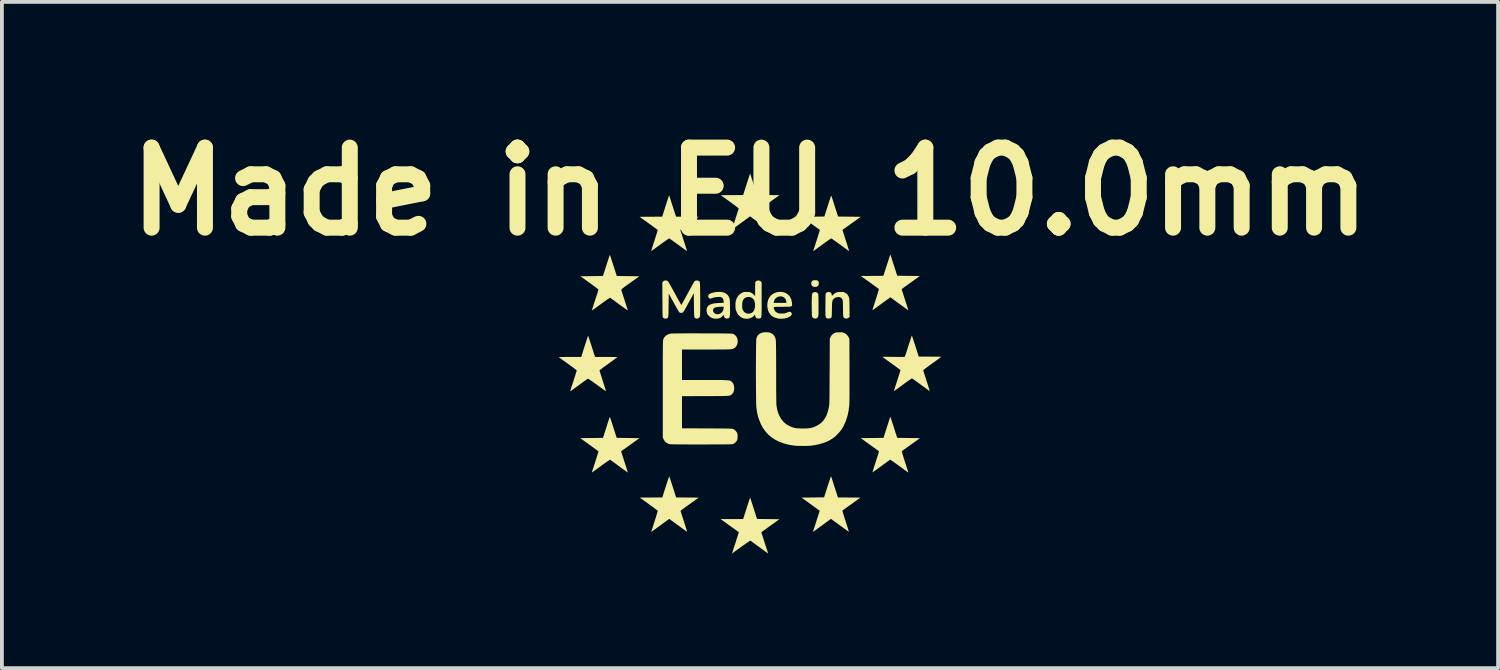
<source format=kicad_pcb>
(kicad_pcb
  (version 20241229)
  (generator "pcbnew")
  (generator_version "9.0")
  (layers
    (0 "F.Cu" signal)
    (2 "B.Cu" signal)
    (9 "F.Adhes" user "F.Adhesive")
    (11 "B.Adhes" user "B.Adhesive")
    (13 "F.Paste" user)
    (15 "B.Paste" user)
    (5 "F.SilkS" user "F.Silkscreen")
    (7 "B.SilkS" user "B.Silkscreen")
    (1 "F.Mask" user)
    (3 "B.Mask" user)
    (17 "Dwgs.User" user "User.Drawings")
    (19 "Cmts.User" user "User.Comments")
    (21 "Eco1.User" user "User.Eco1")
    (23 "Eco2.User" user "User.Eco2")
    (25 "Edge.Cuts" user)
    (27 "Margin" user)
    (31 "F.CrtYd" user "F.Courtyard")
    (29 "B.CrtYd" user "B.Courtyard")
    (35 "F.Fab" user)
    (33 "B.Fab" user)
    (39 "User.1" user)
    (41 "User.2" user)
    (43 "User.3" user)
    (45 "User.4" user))
  (footprint "Made in EU 10.0mm"
    (layer "F.Cu")
    (at 16.571 6.459)
    (property "Reference" "Made in EU 10.0mm" (at 0 -4.5 180) (layer "F.SilkS") (effects (font (size 2.094 2.094) (thickness 0.418))))
    (attr board_only exclude_from_pos_files exclude_from_bom)
    (fp_poly (pts (xy 1.736 -2.178) (xy 1.768 -2.168) (xy 1.789 -2.149) (xy 1.8 -2.119) (xy 1.802 -2.093) (xy 1.796 -2.057) (xy 1.778 -2.028) (xy 1.756 -2.012) (xy 1.731 -2.005) (xy 1.699 -2.003) (xy 1.666 -2.007) (xy 1.646 -2.013) (xy 1.624 -2.031) (xy 1.609 -2.057) (xy 1.602 -2.088) (xy 1.605 -2.119) (xy 1.617 -2.148) (xy 1.627 -2.159) (xy 1.642 -2.17) (xy 1.663 -2.176) (xy 1.692 -2.179)) (stroke (width 0) (type solid)) (fill yes) (layer "F.SilkS"))
    (fp_poly (pts (xy 1.74 -1.863) (xy 1.766 -1.846) (xy 1.782 -1.818) (xy 1.787 -1.801) (xy 1.788 -1.785) (xy 1.79 -1.756) (xy 1.791 -1.717) (xy 1.792 -1.67) (xy 1.793 -1.617) (xy 1.793 -1.561) (xy 1.793 -1.503) (xy 1.793 -1.446) (xy 1.793 -1.392) (xy 1.792 -1.344) (xy 1.792 -1.303) (xy 1.79 -1.273) (xy 1.789 -1.255) (xy 1.777 -1.217) (xy 1.764 -1.198) (xy 1.748 -1.184) (xy 1.732 -1.178) (xy 1.707 -1.176) (xy 1.706 -1.176) (xy 1.674 -1.179) (xy 1.651 -1.191) (xy 1.65 -1.191) (xy 1.635 -1.209) (xy 1.624 -1.232) (xy 1.623 -1.234) (xy 1.621 -1.249) (xy 1.619 -1.277) (xy 1.618 -1.315) (xy 1.617 -1.362) (xy 1.616 -1.415) (xy 1.615 -1.472) (xy 1.615 -1.531) (xy 1.615 -1.589) (xy 1.616 -1.645) (xy 1.617 -1.697) (xy 1.618 -1.741) (xy 1.62 -1.777) (xy 1.621 -1.801) (xy 1.623 -1.81) (xy 1.638 -1.841) (xy 1.662 -1.86) (xy 1.696 -1.868) (xy 1.705 -1.868)) (stroke (width 0) (type solid)) (fill yes) (layer "F.SilkS"))
    (fp_poly (pts (xy 3.675 -2.844) (xy 3.676 -2.843) (xy 3.679 -2.834) (xy 3.686 -2.812) (xy 3.697 -2.779) (xy 3.71 -2.737) (xy 3.726 -2.687) (xy 3.744 -2.631) (xy 3.764 -2.571) (xy 3.766 -2.564) (xy 3.852 -2.296) (xy 4.148 -2.292) (xy 4.444 -2.289) (xy 4.206 -2.118) (xy 4.153 -2.08) (xy 4.105 -2.045) (xy 4.062 -2.014) (xy 4.025 -1.987) (xy 3.996 -1.966) (xy 3.977 -1.951) (xy 3.968 -1.944) (xy 3.967 -1.943) (xy 3.97 -1.935) (xy 3.976 -1.915) (xy 3.986 -1.883) (xy 3.999 -1.843) (xy 4.015 -1.794) (xy 4.032 -1.739) (xy 4.052 -1.679) (xy 4.056 -1.667) (xy 4.075 -1.607) (xy 4.093 -1.551) (xy 4.109 -1.501) (xy 4.122 -1.459) (xy 4.132 -1.426) (xy 4.139 -1.403) (xy 4.142 -1.393) (xy 4.142 -1.393) (xy 4.135 -1.397) (xy 4.118 -1.408) (xy 4.092 -1.427) (xy 4.058 -1.451) (xy 4.016 -1.481) (xy 3.97 -1.515) (xy 3.919 -1.552) (xy 3.906 -1.561) (xy 3.672 -1.732) (xy 3.449 -1.569) (xy 3.388 -1.524) (xy 3.337 -1.487) (xy 3.296 -1.457) (xy 3.265 -1.435) (xy 3.241 -1.418) (xy 3.224 -1.406) (xy 3.212 -1.399) (xy 3.205 -1.396) (xy 3.202 -1.396) (xy 3.202 -1.399) (xy 3.203 -1.403) (xy 3.204 -1.404) (xy 3.228 -1.477) (xy 3.251 -1.55) (xy 3.274 -1.62) (xy 3.295 -1.687) (xy 3.315 -1.75) (xy 3.332 -1.806) (xy 3.347 -1.855) (xy 3.359 -1.896) (xy 3.367 -1.926) (xy 3.372 -1.944) (xy 3.373 -1.95) (xy 3.365 -1.955) (xy 3.347 -1.968) (xy 3.32 -1.987) (xy 3.285 -2.013) (xy 3.243 -2.043) (xy 3.195 -2.077) (xy 3.144 -2.114) (xy 3.133 -2.121) (xy 2.9 -2.289) (xy 3.195 -2.291) (xy 3.49 -2.293) (xy 3.554 -2.492) (xy 3.58 -2.573) (xy 3.602 -2.641) (xy 3.621 -2.697) (xy 3.635 -2.743) (xy 3.647 -2.778) (xy 3.656 -2.805) (xy 3.663 -2.824) (xy 3.668 -2.836) (xy 3.672 -2.843) (xy 3.674 -2.845)) (stroke (width 0) (type solid)) (fill yes) (layer "F.SilkS"))
    (fp_poly (pts (xy 0.009 3.523) (xy 0.016 3.545) (xy 0.027 3.578) (xy 0.041 3.62) (xy 0.057 3.669) (xy 0.074 3.725) (xy 0.094 3.786) (xy 0.097 3.796) (xy 0.184 4.068) (xy 0.477 4.071) (xy 0.77 4.075) (xy 0.55 4.232) (xy 0.499 4.269) (xy 0.452 4.303) (xy 0.409 4.335) (xy 0.372 4.361) (xy 0.343 4.382) (xy 0.323 4.397) (xy 0.314 4.404) (xy 0.297 4.417) (xy 0.383 4.685) (xy 0.403 4.746) (xy 0.421 4.802) (xy 0.437 4.853) (xy 0.451 4.896) (xy 0.462 4.929) (xy 0.469 4.953) (xy 0.473 4.963) (xy 0.473 4.964) (xy 0.473 4.97) (xy 0.467 4.967) (xy 0.457 4.959) (xy 0.436 4.944) (xy 0.408 4.923) (xy 0.372 4.897) (xy 0.332 4.868) (xy 0.288 4.836) (xy 0.243 4.803) (xy 0.197 4.77) (xy 0.153 4.738) (xy 0.112 4.708) (xy 0.076 4.682) (xy 0.046 4.66) (xy 0.024 4.645) (xy 0.012 4.636) (xy 0.01 4.635) (xy 0.003 4.638) (xy -0.015 4.649) (xy -0.041 4.667) (xy -0.075 4.69) (xy -0.115 4.717) (xy -0.159 4.748) (xy -0.206 4.781) (xy -0.253 4.815) (xy -0.301 4.849) (xy -0.346 4.881) (xy -0.388 4.912) (xy -0.424 4.939) (xy -0.454 4.962) (xy -0.461 4.967) (xy -0.469 4.972) (xy -0.468 4.965) (xy -0.468 4.964) (xy -0.464 4.955) (xy -0.457 4.933) (xy -0.447 4.901) (xy -0.434 4.86) (xy -0.419 4.814) (xy -0.402 4.763) (xy -0.385 4.71) (xy -0.368 4.657) (xy -0.352 4.605) (xy -0.336 4.557) (xy -0.323 4.515) (xy -0.312 4.481) (xy -0.304 4.457) (xy -0.301 4.446) (xy -0.291 4.414) (xy -0.53 4.243) (xy -0.769 4.071) (xy -0.474 4.071) (xy -0.179 4.071) (xy -0.126 3.906) (xy -0.108 3.849) (xy -0.089 3.789) (xy -0.07 3.729) (xy -0.052 3.673) (xy -0.037 3.627) (xy -0.035 3.621) (xy -0.023 3.583) (xy -0.011 3.551) (xy -0.002 3.528) (xy 0.004 3.515) (xy 0.006 3.514)) (stroke (width 0) (type solid)) (fill yes) (layer "F.SilkS"))
    (fp_poly (pts (xy -2.055 -4.213) (xy -2.037 -4.156) (xy -2.018 -4.099) (xy -2 -4.043) (xy -1.984 -3.994) (xy -1.971 -3.953) (xy -1.964 -3.932) (xy -1.934 -3.841) (xy -1.639 -3.839) (xy -1.343 -3.837) (xy -1.556 -3.685) (xy -1.606 -3.648) (xy -1.654 -3.614) (xy -1.698 -3.582) (xy -1.735 -3.555) (xy -1.765 -3.534) (xy -1.786 -3.518) (xy -1.795 -3.512) (xy -1.822 -3.491) (xy -1.734 -3.218) (xy -1.714 -3.157) (xy -1.696 -3.101) (xy -1.681 -3.051) (xy -1.667 -3.008) (xy -1.657 -2.975) (xy -1.651 -2.952) (xy -1.648 -2.942) (xy -1.648 -2.942) (xy -1.654 -2.945) (xy -1.671 -2.957) (xy -1.698 -2.975) (xy -1.732 -3) (xy -1.773 -3.029) (xy -1.82 -3.063) (xy -1.87 -3.1) (xy -1.876 -3.104) (xy -1.927 -3.141) (xy -1.975 -3.176) (xy -2.017 -3.207) (xy -2.054 -3.233) (xy -2.082 -3.253) (xy -2.102 -3.267) (xy -2.11 -3.272) (xy -2.111 -3.272) (xy -2.119 -3.269) (xy -2.137 -3.258) (xy -2.165 -3.239) (xy -2.201 -3.215) (xy -2.243 -3.185) (xy -2.29 -3.152) (xy -2.341 -3.115) (xy -2.35 -3.108) (xy -2.402 -3.071) (xy -2.449 -3.036) (xy -2.492 -3.005) (xy -2.528 -2.979) (xy -2.556 -2.959) (xy -2.575 -2.946) (xy -2.584 -2.94) (xy -2.584 -2.94) (xy -2.583 -2.947) (xy -2.577 -2.966) (xy -2.568 -2.997) (xy -2.556 -3.037) (xy -2.541 -3.085) (xy -2.523 -3.14) (xy -2.504 -3.2) (xy -2.5 -3.213) (xy -2.48 -3.274) (xy -2.462 -3.331) (xy -2.446 -3.381) (xy -2.432 -3.424) (xy -2.422 -3.457) (xy -2.415 -3.48) (xy -2.412 -3.49) (xy -2.412 -3.491) (xy -2.417 -3.496) (xy -2.434 -3.508) (xy -2.46 -3.528) (xy -2.495 -3.553) (xy -2.536 -3.583) (xy -2.583 -3.617) (xy -2.635 -3.654) (xy -2.65 -3.666) (xy -2.889 -3.837) (xy -2.593 -3.839) (xy -2.296 -3.841) (xy -2.226 -4.062) (xy -2.208 -4.12) (xy -2.19 -4.177) (xy -2.173 -4.229) (xy -2.158 -4.275) (xy -2.146 -4.312) (xy -2.138 -4.338) (xy -2.136 -4.343) (xy -2.116 -4.403)) (stroke (width 0) (type solid)) (fill yes) (layer "F.SilkS"))
    (fp_poly (pts (xy -2.112 2.959) (xy -2.104 2.977) (xy -2.094 3.007) (xy -2.08 3.046) (xy -2.064 3.094) (xy -2.046 3.149) (xy -2.027 3.208) (xy -2.021 3.227) (xy -1.932 3.505) (xy -1.637 3.507) (xy -1.342 3.509) (xy -1.579 3.68) (xy -1.631 3.717) (xy -1.68 3.752) (xy -1.723 3.784) (xy -1.759 3.811) (xy -1.787 3.832) (xy -1.807 3.847) (xy -1.816 3.854) (xy -1.816 3.855) (xy -1.814 3.863) (xy -1.808 3.884) (xy -1.798 3.915) (xy -1.785 3.956) (xy -1.769 4.005) (xy -1.752 4.06) (xy -1.733 4.12) (xy -1.73 4.127) (xy -1.711 4.187) (xy -1.693 4.243) (xy -1.678 4.293) (xy -1.665 4.335) (xy -1.655 4.368) (xy -1.649 4.39) (xy -1.647 4.399) (xy -1.647 4.4) (xy -1.653 4.398) (xy -1.669 4.388) (xy -1.691 4.373) (xy -1.712 4.359) (xy -1.735 4.341) (xy -1.768 4.317) (xy -1.808 4.288) (xy -1.853 4.255) (xy -1.901 4.22) (xy -1.944 4.189) (xy -2.112 4.065) (xy -2.316 4.214) (xy -2.366 4.251) (xy -2.413 4.285) (xy -2.456 4.317) (xy -2.494 4.344) (xy -2.524 4.365) (xy -2.544 4.38) (xy -2.552 4.386) (xy -2.571 4.398) (xy -2.58 4.403) (xy -2.581 4.4) (xy -2.579 4.39) (xy -2.576 4.379) (xy -2.568 4.356) (xy -2.557 4.322) (xy -2.543 4.279) (xy -2.527 4.228) (xy -2.509 4.172) (xy -2.492 4.118) (xy -2.473 4.059) (xy -2.456 4.004) (xy -2.441 3.955) (xy -2.429 3.914) (xy -2.42 3.882) (xy -2.415 3.862) (xy -2.414 3.853) (xy -2.42 3.847) (xy -2.438 3.833) (xy -2.465 3.813) (xy -2.5 3.787) (xy -2.541 3.756) (xy -2.589 3.721) (xy -2.64 3.684) (xy -2.65 3.677) (xy -2.883 3.509) (xy -2.588 3.507) (xy -2.293 3.505) (xy -2.279 3.459) (xy -2.264 3.412) (xy -2.248 3.36) (xy -2.23 3.305) (xy -2.212 3.248) (xy -2.194 3.191) (xy -2.176 3.136) (xy -2.159 3.086) (xy -2.145 3.041) (xy -2.132 3.003) (xy -2.123 2.975) (xy -2.117 2.958) (xy -2.115 2.953)) (stroke (width 0) (type solid)) (fill yes) (layer "F.SilkS"))
    (fp_poly (pts (xy 0.831 -1.872) (xy 0.892 -1.859) (xy 0.948 -1.835) (xy 0.997 -1.801) (xy 1.038 -1.756) (xy 1.06 -1.72) (xy 1.079 -1.673) (xy 1.094 -1.619) (xy 1.101 -1.567) (xy 1.101 -1.551) (xy 1.101 -1.534) (xy 1.1 -1.519) (xy 1.096 -1.508) (xy 1.088 -1.5) (xy 1.075 -1.494) (xy 1.054 -1.489) (xy 1.026 -1.486) (xy 0.987 -1.485) (xy 0.936 -1.484) (xy 0.873 -1.483) (xy 0.844 -1.483) (xy 0.779 -1.482) (xy 0.727 -1.482) (xy 0.687 -1.481) (xy 0.658 -1.479) (xy 0.638 -1.476) (xy 0.626 -1.472) (xy 0.62 -1.466) (xy 0.619 -1.457) (xy 0.622 -1.446) (xy 0.627 -1.432) (xy 0.63 -1.424) (xy 0.647 -1.385) (xy 0.669 -1.356) (xy 0.701 -1.333) (xy 0.71 -1.327) (xy 0.728 -1.318) (xy 0.744 -1.312) (xy 0.762 -1.308) (xy 0.786 -1.307) (xy 0.819 -1.307) (xy 0.83 -1.307) (xy 0.868 -1.307) (xy 0.896 -1.309) (xy 0.919 -1.313) (xy 0.94 -1.32) (xy 0.96 -1.328) (xy 0.998 -1.343) (xy 1.026 -1.351) (xy 1.047 -1.352) (xy 1.063 -1.347) (xy 1.075 -1.337) (xy 1.091 -1.313) (xy 1.094 -1.289) (xy 1.085 -1.266) (xy 1.066 -1.244) (xy 1.037 -1.223) (xy 1.001 -1.205) (xy 0.958 -1.19) (xy 0.911 -1.179) (xy 0.86 -1.172) (xy 0.808 -1.17) (xy 0.755 -1.173) (xy 0.718 -1.18) (xy 0.647 -1.201) (xy 0.587 -1.234) (xy 0.538 -1.277) (xy 0.499 -1.329) (xy 0.472 -1.391) (xy 0.457 -1.462) (xy 0.453 -1.522) (xy 0.458 -1.585) (xy 0.617 -1.585) (xy 0.785 -1.585) (xy 0.953 -1.585) (xy 0.953 -1.61) (xy 0.949 -1.63) (xy 0.941 -1.656) (xy 0.935 -1.672) (xy 0.909 -1.711) (xy 0.875 -1.738) (xy 0.832 -1.753) (xy 0.816 -1.755) (xy 0.763 -1.753) (xy 0.716 -1.737) (xy 0.676 -1.71) (xy 0.645 -1.672) (xy 0.625 -1.624) (xy 0.622 -1.61) (xy 0.617 -1.585) (xy 0.458 -1.585) (xy 0.459 -1.6) (xy 0.477 -1.668) (xy 0.506 -1.728) (xy 0.547 -1.778) (xy 0.6 -1.82) (xy 0.637 -1.84) (xy 0.701 -1.863) (xy 0.767 -1.874)) (stroke (width 0) (type solid)) (fill yes) (layer "F.SilkS"))
    (fp_poly (pts (xy 2.121 2.954) (xy 2.124 2.961) (xy 2.129 2.975) (xy 2.136 2.994) (xy 2.145 3.022) (xy 2.157 3.058) (xy 2.172 3.104) (xy 2.19 3.161) (xy 2.212 3.23) (xy 2.238 3.311) (xy 2.244 3.329) (xy 2.301 3.505) (xy 2.595 3.507) (xy 2.889 3.509) (xy 2.657 3.677) (xy 2.605 3.714) (xy 2.556 3.749) (xy 2.513 3.78) (xy 2.477 3.806) (xy 2.448 3.827) (xy 2.428 3.841) (xy 2.419 3.848) (xy 2.418 3.848) (xy 2.419 3.856) (xy 2.424 3.876) (xy 2.433 3.908) (xy 2.445 3.948) (xy 2.46 3.997) (xy 2.477 4.052) (xy 2.497 4.112) (xy 2.501 4.127) (xy 2.521 4.188) (xy 2.539 4.244) (xy 2.555 4.294) (xy 2.568 4.337) (xy 2.578 4.37) (xy 2.585 4.393) (xy 2.588 4.403) (xy 2.588 4.404) (xy 2.581 4.4) (xy 2.564 4.388) (xy 2.538 4.37) (xy 2.504 4.345) (xy 2.462 4.316) (xy 2.416 4.282) (xy 2.365 4.245) (xy 2.352 4.236) (xy 2.119 4.065) (xy 2.081 4.093) (xy 2.031 4.13) (xy 1.979 4.168) (xy 1.927 4.206) (xy 1.875 4.244) (xy 1.825 4.28) (xy 1.779 4.313) (xy 1.738 4.343) (xy 1.702 4.369) (xy 1.675 4.388) (xy 1.656 4.401) (xy 1.648 4.406) (xy 1.648 4.406) (xy 1.647 4.402) (xy 1.647 4.401) (xy 1.65 4.393) (xy 1.657 4.373) (xy 1.667 4.342) (xy 1.68 4.303) (xy 1.695 4.257) (xy 1.711 4.207) (xy 1.728 4.154) (xy 1.745 4.1) (xy 1.762 4.047) (xy 1.779 3.997) (xy 1.793 3.951) (xy 1.806 3.912) (xy 1.815 3.882) (xy 1.821 3.862) (xy 1.824 3.854) (xy 1.824 3.854) (xy 1.818 3.849) (xy 1.801 3.836) (xy 1.775 3.817) (xy 1.741 3.792) (xy 1.699 3.762) (xy 1.652 3.728) (xy 1.601 3.691) (xy 1.586 3.68) (xy 1.349 3.509) (xy 1.643 3.506) (xy 1.938 3.502) (xy 2.027 3.225) (xy 2.047 3.164) (xy 2.065 3.108) (xy 2.082 3.058) (xy 2.096 3.016) (xy 2.107 2.983) (xy 2.115 2.961) (xy 2.119 2.951) (xy 2.12 2.951)) (stroke (width 0) (type solid)) (fill yes) (layer "F.SilkS"))
    (fp_poly (pts (xy 0.008 -4.959) (xy 0.014 -4.938) (xy 0.025 -4.906) (xy 0.038 -4.865) (xy 0.054 -4.815) (xy 0.072 -4.76) (xy 0.091 -4.699) (xy 0.095 -4.685) (xy 0.183 -4.41) (xy 0.477 -4.406) (xy 0.77 -4.403) (xy 0.534 -4.233) (xy 0.482 -4.195) (xy 0.434 -4.16) (xy 0.391 -4.129) (xy 0.355 -4.103) (xy 0.326 -4.082) (xy 0.307 -4.067) (xy 0.298 -4.06) (xy 0.298 -4.06) (xy 0.3 -4.052) (xy 0.306 -4.033) (xy 0.316 -4.003) (xy 0.328 -3.964) (xy 0.342 -3.919) (xy 0.358 -3.869) (xy 0.375 -3.816) (xy 0.392 -3.762) (xy 0.41 -3.709) (xy 0.426 -3.659) (xy 0.44 -3.613) (xy 0.453 -3.574) (xy 0.463 -3.544) (xy 0.469 -3.526) (xy 0.471 -3.52) (xy 0.473 -3.514) (xy 0.473 -3.511) (xy 0.471 -3.511) (xy 0.464 -3.514) (xy 0.453 -3.521) (xy 0.436 -3.533) (xy 0.412 -3.55) (xy 0.379 -3.573) (xy 0.337 -3.604) (xy 0.285 -3.642) (xy 0.253 -3.666) (xy 0.204 -3.702) (xy 0.157 -3.736) (xy 0.115 -3.766) (xy 0.079 -3.792) (xy 0.051 -3.813) (xy 0.032 -3.827) (xy 0.025 -3.831) (xy 0.002 -3.848) (xy -0.198 -3.702) (xy -0.248 -3.666) (xy -0.295 -3.631) (xy -0.339 -3.599) (xy -0.377 -3.572) (xy -0.407 -3.55) (xy -0.427 -3.535) (xy -0.434 -3.53) (xy -0.454 -3.515) (xy -0.464 -3.51) (xy -0.467 -3.511) (xy -0.465 -3.52) (xy -0.465 -3.521) (xy -0.462 -3.532) (xy -0.454 -3.554) (xy -0.444 -3.587) (xy -0.431 -3.628) (xy -0.416 -3.675) (xy -0.399 -3.727) (xy -0.382 -3.78) (xy -0.365 -3.834) (xy -0.348 -3.886) (xy -0.332 -3.935) (xy -0.319 -3.977) (xy -0.307 -4.013) (xy -0.299 -4.038) (xy -0.295 -4.052) (xy -0.294 -4.054) (xy -0.299 -4.06) (xy -0.316 -4.073) (xy -0.341 -4.094) (xy -0.375 -4.12) (xy -0.416 -4.151) (xy -0.463 -4.185) (xy -0.514 -4.222) (xy -0.528 -4.232) (xy -0.765 -4.403) (xy -0.472 -4.404) (xy -0.179 -4.406) (xy -0.126 -4.572) (xy -0.108 -4.628) (xy -0.089 -4.689) (xy -0.07 -4.749) (xy -0.052 -4.804) (xy -0.037 -4.85) (xy -0.035 -4.856) (xy -0.023 -4.895) (xy -0.011 -4.927) (xy -0.003 -4.952) (xy 0.003 -4.965) (xy 0.005 -4.968)) (stroke (width 0) (type solid)) (fill yes) (layer "F.SilkS"))
    (fp_poly (pts (xy 3.674 1.401) (xy 3.681 1.42) (xy 3.691 1.45) (xy 3.705 1.49) (xy 3.72 1.538) (xy 3.738 1.592) (xy 3.758 1.652) (xy 3.763 1.669) (xy 3.852 1.946) (xy 4.149 1.95) (xy 4.446 1.954) (xy 4.213 2.121) (xy 4.161 2.159) (xy 4.113 2.193) (xy 4.069 2.225) (xy 4.032 2.251) (xy 4.003 2.272) (xy 3.983 2.286) (xy 3.973 2.293) (xy 3.973 2.293) (xy 3.973 2.301) (xy 3.978 2.322) (xy 3.987 2.355) (xy 3.999 2.398) (xy 4.015 2.45) (xy 4.034 2.511) (xy 4.055 2.576) (xy 4.075 2.637) (xy 4.093 2.694) (xy 4.109 2.744) (xy 4.123 2.787) (xy 4.133 2.821) (xy 4.14 2.844) (xy 4.143 2.855) (xy 4.143 2.855) (xy 4.137 2.851) (xy 4.121 2.839) (xy 4.094 2.82) (xy 4.06 2.796) (xy 4.019 2.766) (xy 3.972 2.732) (xy 3.921 2.694) (xy 3.908 2.685) (xy 3.849 2.641) (xy 3.8 2.606) (xy 3.761 2.578) (xy 3.731 2.557) (xy 3.707 2.541) (xy 3.69 2.53) (xy 3.678 2.524) (xy 3.669 2.521) (xy 3.663 2.522) (xy 3.659 2.523) (xy 3.649 2.53) (xy 3.629 2.544) (xy 3.6 2.565) (xy 3.564 2.592) (xy 3.521 2.623) (xy 3.473 2.657) (xy 3.425 2.693) (xy 3.375 2.729) (xy 3.329 2.762) (xy 3.288 2.792) (xy 3.254 2.816) (xy 3.228 2.834) (xy 3.211 2.846) (xy 3.204 2.849) (xy 3.206 2.842) (xy 3.212 2.822) (xy 3.221 2.791) (xy 3.234 2.75) (xy 3.249 2.702) (xy 3.266 2.647) (xy 3.286 2.587) (xy 3.289 2.575) (xy 3.309 2.514) (xy 3.327 2.458) (xy 3.343 2.408) (xy 3.356 2.366) (xy 3.366 2.332) (xy 3.372 2.31) (xy 3.375 2.3) (xy 3.375 2.299) (xy 3.368 2.293) (xy 3.352 2.281) (xy 3.327 2.263) (xy 3.298 2.241) (xy 3.284 2.231) (xy 3.252 2.208) (xy 3.211 2.178) (xy 3.164 2.145) (xy 3.114 2.109) (xy 3.066 2.074) (xy 3.048 2.061) (xy 2.899 1.954) (xy 3.196 1.95) (xy 3.493 1.946) (xy 3.58 1.672) (xy 3.6 1.611) (xy 3.618 1.555) (xy 3.634 1.505) (xy 3.648 1.462) (xy 3.659 1.429) (xy 3.667 1.406) (xy 3.671 1.396) (xy 3.671 1.395)) (stroke (width 0) (type solid)) (fill yes) (layer "F.SilkS"))
    (fp_poly (pts (xy -3.663 1.399) (xy -3.66 1.409) (xy -3.653 1.431) (xy -3.642 1.464) (xy -3.628 1.506) (xy -3.612 1.555) (xy -3.594 1.611) (xy -3.575 1.671) (xy -3.573 1.678) (xy -3.487 1.946) (xy -3.189 1.95) (xy -2.892 1.954) (xy -3.13 2.124) (xy -3.182 2.162) (xy -3.231 2.197) (xy -3.274 2.228) (xy -3.311 2.254) (xy -3.34 2.275) (xy -3.36 2.289) (xy -3.37 2.296) (xy -3.37 2.297) (xy -3.369 2.304) (xy -3.363 2.324) (xy -3.353 2.355) (xy -3.341 2.395) (xy -3.325 2.444) (xy -3.308 2.499) (xy -3.289 2.559) (xy -3.283 2.576) (xy -3.263 2.637) (xy -3.245 2.694) (xy -3.229 2.744) (xy -3.216 2.787) (xy -3.205 2.821) (xy -3.198 2.844) (xy -3.195 2.854) (xy -3.195 2.855) (xy -3.201 2.851) (xy -3.218 2.839) (xy -3.244 2.82) (xy -3.278 2.795) (xy -3.319 2.766) (xy -3.366 2.732) (xy -3.416 2.695) (xy -3.424 2.689) (xy -3.475 2.651) (xy -3.523 2.616) (xy -3.565 2.585) (xy -3.602 2.559) (xy -3.631 2.538) (xy -3.65 2.524) (xy -3.66 2.518) (xy -3.66 2.518) (xy -3.668 2.522) (xy -3.686 2.533) (xy -3.714 2.551) (xy -3.75 2.576) (xy -3.792 2.605) (xy -3.839 2.639) (xy -3.891 2.676) (xy -3.904 2.686) (xy -3.955 2.724) (xy -4.003 2.758) (xy -4.046 2.789) (xy -4.082 2.815) (xy -4.11 2.836) (xy -4.129 2.849) (xy -4.138 2.855) (xy -4.138 2.855) (xy -4.136 2.848) (xy -4.13 2.828) (xy -4.12 2.797) (xy -4.107 2.756) (xy -4.091 2.708) (xy -4.074 2.653) (xy -4.054 2.593) (xy -4.05 2.578) (xy -4.03 2.517) (xy -4.012 2.461) (xy -3.996 2.41) (xy -3.983 2.367) (xy -3.973 2.333) (xy -3.967 2.31) (xy -3.964 2.299) (xy -3.964 2.298) (xy -3.971 2.293) (xy -3.988 2.28) (xy -4.015 2.26) (xy -4.05 2.235) (xy -4.092 2.204) (xy -4.139 2.17) (xy -4.191 2.133) (xy -4.204 2.123) (xy -4.44 1.954) (xy -4.142 1.95) (xy -3.845 1.946) (xy -3.787 1.764) (xy -3.769 1.708) (xy -3.75 1.65) (xy -3.733 1.594) (xy -3.717 1.544) (xy -3.703 1.502) (xy -3.698 1.485) (xy -3.686 1.451) (xy -3.676 1.424) (xy -3.669 1.405) (xy -3.664 1.399)) (stroke (width 0) (type solid)) (fill yes) (layer "F.SilkS"))
    (fp_poly (pts (xy 2.131 -4.382) (xy 2.138 -4.36) (xy 2.149 -4.327) (xy 2.163 -4.285) (xy 2.179 -4.235) (xy 2.197 -4.179) (xy 2.216 -4.119) (xy 2.218 -4.112) (xy 2.304 -3.844) (xy 2.601 -3.841) (xy 2.898 -3.837) (xy 2.66 -3.666) (xy 2.608 -3.629) (xy 2.559 -3.594) (xy 2.516 -3.563) (xy 2.479 -3.536) (xy 2.45 -3.516) (xy 2.431 -3.501) (xy 2.421 -3.495) (xy 2.421 -3.494) (xy 2.422 -3.487) (xy 2.428 -3.467) (xy 2.438 -3.436) (xy 2.45 -3.396) (xy 2.466 -3.347) (xy 2.483 -3.293) (xy 2.502 -3.233) (xy 2.507 -3.218) (xy 2.527 -3.157) (xy 2.545 -3.101) (xy 2.56 -3.051) (xy 2.574 -3.008) (xy 2.584 -2.975) (xy 2.591 -2.952) (xy 2.593 -2.942) (xy 2.593 -2.941) (xy 2.587 -2.945) (xy 2.57 -2.956) (xy 2.544 -2.975) (xy 2.509 -2.999) (xy 2.468 -3.029) (xy 2.422 -3.062) (xy 2.372 -3.099) (xy 2.364 -3.105) (xy 2.312 -3.142) (xy 2.265 -3.177) (xy 2.222 -3.207) (xy 2.185 -3.233) (xy 2.156 -3.253) (xy 2.136 -3.266) (xy 2.126 -3.271) (xy 2.125 -3.271) (xy 2.117 -3.267) (xy 2.098 -3.255) (xy 2.07 -3.236) (xy 2.034 -3.211) (xy 1.992 -3.181) (xy 1.944 -3.147) (xy 1.893 -3.11) (xy 1.888 -3.106) (xy 1.836 -3.068) (xy 1.789 -3.034) (xy 1.747 -3.004) (xy 1.712 -2.978) (xy 1.684 -2.958) (xy 1.665 -2.945) (xy 1.657 -2.94) (xy 1.657 -2.94) (xy 1.656 -2.946) (xy 1.66 -2.96) (xy 1.67 -2.991) (xy 1.683 -3.031) (xy 1.698 -3.076) (xy 1.714 -3.127) (xy 1.731 -3.181) (xy 1.749 -3.235) (xy 1.766 -3.289) (xy 1.782 -3.341) (xy 1.797 -3.387) (xy 1.809 -3.428) (xy 1.819 -3.46) (xy 1.826 -3.483) (xy 1.829 -3.494) (xy 1.829 -3.494) (xy 1.823 -3.499) (xy 1.806 -3.511) (xy 1.779 -3.53) (xy 1.745 -3.555) (xy 1.703 -3.585) (xy 1.656 -3.619) (xy 1.605 -3.656) (xy 1.59 -3.666) (xy 1.353 -3.837) (xy 1.649 -3.841) (xy 1.946 -3.844) (xy 1.998 -4.008) (xy 2.016 -4.064) (xy 2.035 -4.124) (xy 2.054 -4.183) (xy 2.071 -4.237) (xy 2.086 -4.282) (xy 2.087 -4.287) (xy 2.1 -4.325) (xy 2.111 -4.356) (xy 2.12 -4.378) (xy 2.126 -4.39) (xy 2.128 -4.391)) (stroke (width 0) (type solid)) (fill yes) (layer "F.SilkS"))
    (fp_poly (pts (xy -3.662 -2.833) (xy -3.655 -2.813) (xy -3.644 -2.782) (xy -3.631 -2.741) (xy -3.615 -2.692) (xy -3.597 -2.637) (xy -3.578 -2.577) (xy -3.573 -2.563) (xy -3.485 -2.289) (xy -3.191 -2.285) (xy -2.896 -2.281) (xy -3.134 -2.11) (xy -3.195 -2.067) (xy -3.244 -2.031) (xy -3.284 -2.002) (xy -3.314 -1.979) (xy -3.337 -1.961) (xy -3.352 -1.948) (xy -3.362 -1.938) (xy -3.366 -1.931) (xy -3.367 -1.926) (xy -3.367 -1.924) (xy -3.363 -1.913) (xy -3.356 -1.889) (xy -3.345 -1.856) (xy -3.332 -1.815) (xy -3.317 -1.767) (xy -3.3 -1.716) (xy -3.283 -1.663) (xy -3.266 -1.609) (xy -3.25 -1.558) (xy -3.234 -1.51) (xy -3.221 -1.467) (xy -3.209 -1.433) (xy -3.201 -1.408) (xy -3.197 -1.395) (xy -3.197 -1.393) (xy -3.198 -1.387) (xy -3.202 -1.389) (xy -3.21 -1.394) (xy -3.228 -1.407) (xy -3.254 -1.426) (xy -3.288 -1.45) (xy -3.327 -1.479) (xy -3.37 -1.51) (xy -3.415 -1.542) (xy -3.461 -1.576) (xy -3.505 -1.608) (xy -3.547 -1.639) (xy -3.585 -1.666) (xy -3.616 -1.689) (xy -3.64 -1.707) (xy -3.655 -1.717) (xy -3.658 -1.72) (xy -3.666 -1.717) (xy -3.684 -1.706) (xy -3.712 -1.688) (xy -3.748 -1.663) (xy -3.791 -1.633) (xy -3.84 -1.598) (xy -3.894 -1.559) (xy -3.9 -1.555) (xy -3.952 -1.517) (xy -4 -1.482) (xy -4.042 -1.451) (xy -4.079 -1.425) (xy -4.107 -1.405) (xy -4.127 -1.391) (xy -4.136 -1.385) (xy -4.137 -1.384) (xy -4.137 -1.39) (xy -4.136 -1.396) (xy -4.132 -1.405) (xy -4.125 -1.427) (xy -4.114 -1.46) (xy -4.101 -1.502) (xy -4.085 -1.552) (xy -4.067 -1.607) (xy -4.048 -1.666) (xy -4.029 -1.725) (xy -4.011 -1.78) (xy -3.995 -1.829) (xy -3.982 -1.87) (xy -3.972 -1.902) (xy -3.965 -1.923) (xy -3.962 -1.932) (xy -3.967 -1.937) (xy -3.984 -1.951) (xy -4.009 -1.971) (xy -4.043 -1.997) (xy -4.084 -2.028) (xy -4.131 -2.062) (xy -4.182 -2.099) (xy -4.198 -2.11) (xy -4.436 -2.281) (xy -4.141 -2.285) (xy -3.846 -2.289) (xy -3.811 -2.4) (xy -3.797 -2.442) (xy -3.781 -2.494) (xy -3.762 -2.552) (xy -3.743 -2.611) (xy -3.725 -2.668) (xy -3.721 -2.678) (xy -3.706 -2.725) (xy -3.693 -2.766) (xy -3.681 -2.8) (xy -3.672 -2.825) (xy -3.666 -2.839) (xy -3.665 -2.841)) (stroke (width 0) (type solid)) (fill yes) (layer "F.SilkS"))
    (fp_poly (pts (xy 2.407 -1.871) (xy 2.432 -1.87) (xy 2.453 -1.865) (xy 2.472 -1.858) (xy 2.488 -1.851) (xy 2.525 -1.828) (xy 2.553 -1.799) (xy 2.576 -1.761) (xy 2.585 -1.74) (xy 2.59 -1.729) (xy 2.593 -1.717) (xy 2.596 -1.702) (xy 2.598 -1.684) (xy 2.6 -1.661) (xy 2.601 -1.63) (xy 2.602 -1.59) (xy 2.603 -1.538) (xy 2.603 -1.474) (xy 2.604 -1.461) (xy 2.606 -1.22) (xy 2.584 -1.198) (xy 2.557 -1.181) (xy 2.524 -1.174) (xy 2.49 -1.178) (xy 2.467 -1.188) (xy 2.457 -1.196) (xy 2.45 -1.206) (xy 2.444 -1.22) (xy 2.44 -1.24) (xy 2.437 -1.268) (xy 2.435 -1.304) (xy 2.434 -1.352) (xy 2.434 -1.412) (xy 2.434 -1.436) (xy 2.433 -1.498) (xy 2.432 -1.552) (xy 2.431 -1.597) (xy 2.429 -1.631) (xy 2.426 -1.652) (xy 2.426 -1.656) (xy 2.409 -1.691) (xy 2.382 -1.719) (xy 2.348 -1.735) (xy 2.336 -1.738) (xy 2.293 -1.738) (xy 2.25 -1.728) (xy 2.212 -1.708) (xy 2.196 -1.695) (xy 2.183 -1.682) (xy 2.172 -1.669) (xy 2.164 -1.654) (xy 2.157 -1.636) (xy 2.153 -1.614) (xy 2.149 -1.584) (xy 2.147 -1.546) (xy 2.145 -1.496) (xy 2.144 -1.435) (xy 2.144 -1.416) (xy 2.143 -1.356) (xy 2.141 -1.309) (xy 2.14 -1.273) (xy 2.139 -1.246) (xy 2.137 -1.228) (xy 2.134 -1.215) (xy 2.131 -1.207) (xy 2.127 -1.201) (xy 2.124 -1.198) (xy 2.099 -1.182) (xy 2.067 -1.175) (xy 2.034 -1.176) (xy 2.019 -1.18) (xy 2.007 -1.184) (xy 1.997 -1.19) (xy 1.99 -1.2) (xy 1.984 -1.215) (xy 1.979 -1.236) (xy 1.976 -1.264) (xy 1.974 -1.301) (xy 1.973 -1.348) (xy 1.973 -1.406) (xy 1.974 -1.477) (xy 1.974 -1.535) (xy 1.975 -1.609) (xy 1.975 -1.67) (xy 1.976 -1.718) (xy 1.977 -1.757) (xy 1.978 -1.786) (xy 1.979 -1.807) (xy 1.981 -1.822) (xy 1.983 -1.832) (xy 1.986 -1.839) (xy 1.989 -1.844) (xy 1.99 -1.845) (xy 2.014 -1.862) (xy 2.046 -1.87) (xy 2.075 -1.87) (xy 2.105 -1.859) (xy 2.127 -1.836) (xy 2.139 -1.803) (xy 2.139 -1.799) (xy 2.144 -1.765) (xy 2.174 -1.797) (xy 2.201 -1.821) (xy 2.234 -1.843) (xy 2.25 -1.85) (xy 2.273 -1.861) (xy 2.294 -1.867) (xy 2.317 -1.87) (xy 2.347 -1.872) (xy 2.371 -1.872)) (stroke (width 0) (type solid)) (fill yes) (layer "F.SilkS"))
    (fp_poly (pts (xy 0.247 -2.167) (xy 0.275 -2.153) (xy 0.285 -2.144) (xy 0.305 -2.121) (xy 0.305 -1.678) (xy 0.305 -1.582) (xy 0.305 -1.5) (xy 0.305 -1.431) (xy 0.304 -1.373) (xy 0.303 -1.326) (xy 0.302 -1.288) (xy 0.3 -1.258) (xy 0.298 -1.235) (xy 0.295 -1.218) (xy 0.291 -1.206) (xy 0.286 -1.197) (xy 0.281 -1.191) (xy 0.274 -1.187) (xy 0.267 -1.183) (xy 0.246 -1.177) (xy 0.217 -1.175) (xy 0.189 -1.178) (xy 0.171 -1.183) (xy 0.156 -1.199) (xy 0.143 -1.223) (xy 0.135 -1.251) (xy 0.134 -1.263) (xy 0.134 -1.284) (xy 0.111 -1.255) (xy 0.071 -1.218) (xy 0.022 -1.191) (xy -0.033 -1.174) (xy -0.092 -1.169) (xy -0.151 -1.176) (xy -0.164 -1.179) (xy -0.221 -1.202) (xy -0.271 -1.237) (xy -0.314 -1.284) (xy -0.347 -1.34) (xy -0.37 -1.405) (xy -0.372 -1.41) (xy -0.377 -1.442) (xy -0.38 -1.484) (xy -0.38 -1.522) (xy -0.205 -1.522) (xy -0.204 -1.483) (xy -0.202 -1.455) (xy -0.199 -1.433) (xy -0.192 -1.414) (xy -0.187 -1.403) (xy -0.161 -1.359) (xy -0.129 -1.328) (xy -0.089 -1.309) (xy -0.041 -1.303) (xy -0.037 -1.303) (xy -0.003 -1.306) (xy 0.029 -1.315) (xy 0.033 -1.317) (xy 0.072 -1.342) (xy 0.102 -1.38) (xy 0.121 -1.428) (xy 0.132 -1.488) (xy 0.132 -1.5) (xy 0.131 -1.568) (xy 0.12 -1.625) (xy 0.098 -1.671) (xy 0.067 -1.706) (xy 0.037 -1.725) (xy -0.004 -1.738) (xy -0.048 -1.741) (xy -0.091 -1.733) (xy -0.13 -1.716) (xy -0.154 -1.696) (xy -0.177 -1.666) (xy -0.192 -1.631) (xy -0.201 -1.588) (xy -0.204 -1.535) (xy -0.205 -1.522) (xy -0.38 -1.522) (xy -0.38 -1.529) (xy -0.379 -1.574) (xy -0.375 -1.613) (xy -0.372 -1.634) (xy -0.349 -1.701) (xy -0.316 -1.759) (xy -0.273 -1.806) (xy -0.222 -1.842) (xy -0.206 -1.85) (xy -0.183 -1.861) (xy -0.162 -1.867) (xy -0.139 -1.87) (xy -0.109 -1.872) (xy -0.086 -1.872) (xy -0.05 -1.871) (xy -0.024 -1.869) (xy -0.004 -1.865) (xy 0.015 -1.858) (xy 0.032 -1.85) (xy 0.061 -1.832) (xy 0.09 -1.81) (xy 0.105 -1.795) (xy 0.134 -1.762) (xy 0.134 -1.938) (xy 0.134 -2.005) (xy 0.136 -2.058) (xy 0.137 -2.098) (xy 0.14 -2.123) (xy 0.142 -2.132) (xy 0.16 -2.153) (xy 0.186 -2.167) (xy 0.216 -2.172)) (stroke (width 0) (type solid)) (fill yes) (layer "F.SilkS"))
    (fp_poly (pts (xy -0.785 -1.873) (xy -0.716 -1.864) (xy -0.657 -1.845) (xy -0.609 -1.816) (xy -0.572 -1.777) (xy -0.545 -1.727) (xy -0.543 -1.723) (xy -0.538 -1.708) (xy -0.534 -1.694) (xy -0.53 -1.678) (xy -0.528 -1.657) (xy -0.526 -1.63) (xy -0.525 -1.595) (xy -0.524 -1.55) (xy -0.523 -1.492) (xy -0.523 -1.486) (xy -0.522 -1.412) (xy -0.521 -1.351) (xy -0.522 -1.302) (xy -0.525 -1.263) (xy -0.529 -1.234) (xy -0.535 -1.212) (xy -0.543 -1.197) (xy -0.553 -1.187) (xy -0.567 -1.181) (xy -0.581 -1.177) (xy -0.618 -1.175) (xy -0.648 -1.185) (xy -0.669 -1.208) (xy -0.683 -1.242) (xy -0.684 -1.253) (xy -0.688 -1.284) (xy -0.705 -1.256) (xy -0.734 -1.221) (xy -0.773 -1.195) (xy -0.821 -1.178) (xy -0.877 -1.171) (xy -0.936 -1.175) (xy -0.946 -1.176) (xy -0.992 -1.188) (xy -1.033 -1.21) (xy -1.074 -1.244) (xy -1.077 -1.247) (xy -1.101 -1.272) (xy -1.116 -1.296) (xy -1.127 -1.325) (xy -1.128 -1.328) (xy -1.136 -1.381) (xy -1.135 -1.392) (xy -0.966 -1.392) (xy -0.963 -1.362) (xy -0.958 -1.35) (xy -0.934 -1.318) (xy -0.901 -1.297) (xy -0.861 -1.288) (xy -0.815 -1.292) (xy -0.802 -1.296) (xy -0.763 -1.314) (xy -0.73 -1.344) (xy -0.706 -1.382) (xy -0.693 -1.427) (xy -0.691 -1.444) (xy -0.688 -1.485) (xy -0.774 -1.483) (xy -0.837 -1.479) (xy -0.887 -1.471) (xy -0.924 -1.46) (xy -0.947 -1.446) (xy -0.948 -1.445) (xy -0.961 -1.422) (xy -0.966 -1.392) (xy -1.135 -1.392) (xy -1.132 -1.432) (xy -1.117 -1.473) (xy -1.102 -1.497) (xy -1.085 -1.515) (xy -1.06 -1.531) (xy -1.034 -1.544) (xy -1.004 -1.556) (xy -0.969 -1.565) (xy -0.929 -1.572) (xy -0.879 -1.578) (xy -0.817 -1.582) (xy -0.79 -1.583) (xy -0.684 -1.588) (xy -0.689 -1.629) (xy -0.697 -1.67) (xy -0.711 -1.7) (xy -0.731 -1.722) (xy -0.739 -1.728) (xy -0.763 -1.736) (xy -0.797 -1.741) (xy -0.839 -1.741) (xy -0.883 -1.737) (xy -0.927 -1.729) (xy -0.966 -1.718) (xy -0.97 -1.717) (xy -1.008 -1.704) (xy -1.036 -1.698) (xy -1.056 -1.7) (xy -1.072 -1.709) (xy -1.079 -1.717) (xy -1.091 -1.744) (xy -1.091 -1.773) (xy -1.08 -1.8) (xy -1.068 -1.813) (xy -1.04 -1.83) (xy -1.001 -1.844) (xy -0.953 -1.857) (xy -0.902 -1.867) (xy -0.85 -1.873) (xy -0.8 -1.874)) (stroke (width 0) (type solid)) (fill yes) (layer "F.SilkS"))
    (fp_poly (pts (xy -4.233 -0.718) (xy -4.226 -0.699) (xy -4.215 -0.669) (xy -4.202 -0.63) (xy -4.186 -0.582) (xy -4.168 -0.528) (xy -4.148 -0.468) (xy -4.143 -0.45) (xy -4.054 -0.171) (xy -3.761 -0.171) (xy -3.682 -0.171) (xy -3.614 -0.17) (xy -3.559 -0.17) (xy -3.517 -0.168) (xy -3.489 -0.167) (xy -3.474 -0.165) (xy -3.472 -0.164) (xy -3.479 -0.158) (xy -3.496 -0.145) (xy -3.524 -0.125) (xy -3.559 -0.099) (xy -3.6 -0.068) (xy -3.648 -0.034) (xy -3.699 0.003) (xy -3.707 0.009) (xy -3.758 0.046) (xy -3.806 0.08) (xy -3.848 0.111) (xy -3.884 0.138) (xy -3.911 0.159) (xy -3.93 0.174) (xy -3.937 0.181) (xy -3.937 0.181) (xy -3.935 0.189) (xy -3.929 0.21) (xy -3.919 0.242) (xy -3.906 0.284) (xy -3.89 0.333) (xy -3.873 0.388) (xy -3.854 0.448) (xy -3.851 0.456) (xy -3.832 0.516) (xy -3.814 0.571) (xy -3.799 0.621) (xy -3.786 0.662) (xy -3.776 0.695) (xy -3.77 0.717) (xy -3.768 0.726) (xy -3.768 0.726) (xy -3.774 0.723) (xy -3.791 0.711) (xy -3.818 0.693) (xy -3.852 0.668) (xy -3.894 0.639) (xy -3.94 0.605) (xy -3.991 0.568) (xy -4 0.561) (xy -4.057 0.52) (xy -4.109 0.483) (xy -4.153 0.452) (xy -4.189 0.428) (xy -4.217 0.41) (xy -4.234 0.4) (xy -4.24 0.398) (xy -4.249 0.403) (xy -4.267 0.416) (xy -4.295 0.436) (xy -4.331 0.461) (xy -4.373 0.491) (xy -4.42 0.525) (xy -4.468 0.56) (xy -4.527 0.604) (xy -4.576 0.639) (xy -4.615 0.667) (xy -4.645 0.689) (xy -4.667 0.705) (xy -4.683 0.716) (xy -4.693 0.723) (xy -4.7 0.727) (xy -4.703 0.728) (xy -4.704 0.727) (xy -4.704 0.726) (xy -4.702 0.718) (xy -4.695 0.697) (xy -4.686 0.666) (xy -4.673 0.625) (xy -4.657 0.576) (xy -4.639 0.521) (xy -4.62 0.462) (xy -4.618 0.456) (xy -4.599 0.396) (xy -4.581 0.34) (xy -4.565 0.291) (xy -4.552 0.248) (xy -4.542 0.215) (xy -4.535 0.193) (xy -4.533 0.183) (xy -4.533 0.183) (xy -4.539 0.176) (xy -4.555 0.162) (xy -4.582 0.142) (xy -4.616 0.116) (xy -4.657 0.085) (xy -4.704 0.051) (xy -4.755 0.014) (xy -4.764 0.008) (xy -4.815 -0.03) (xy -4.863 -0.064) (xy -4.906 -0.095) (xy -4.942 -0.122) (xy -4.971 -0.143) (xy -4.99 -0.157) (xy -4.998 -0.164) (xy -4.999 -0.165) (xy -4.992 -0.166) (xy -4.973 -0.168) (xy -4.941 -0.169) (xy -4.899 -0.17) (xy -4.848 -0.17) (xy -4.79 -0.171) (xy -4.726 -0.171) (xy -4.708 -0.171) (xy -4.414 -0.171) (xy -4.4 -0.218) (xy -4.384 -0.268) (xy -4.367 -0.323) (xy -4.349 -0.381) (xy -4.33 -0.439) (xy -4.312 -0.496) (xy -4.294 -0.551) (xy -4.278 -0.601) (xy -4.263 -0.645) (xy -4.251 -0.68) (xy -4.243 -0.706) (xy -4.237 -0.721) (xy -4.236 -0.723)) (stroke (width 0) (type solid)) (fill yes) (layer "F.SilkS"))
    (fp_poly (pts (xy -1.355 -2.166) (xy -1.332 -2.154) (xy -1.316 -2.132) (xy -1.31 -2.115) (xy -1.309 -2.103) (xy -1.308 -2.077) (xy -1.306 -2.04) (xy -1.305 -1.994) (xy -1.305 -1.939) (xy -1.304 -1.877) (xy -1.303 -1.811) (xy -1.303 -1.742) (xy -1.303 -1.671) (xy -1.302 -1.6) (xy -1.303 -1.531) (xy -1.303 -1.466) (xy -1.303 -1.405) (xy -1.304 -1.352) (xy -1.304 -1.307) (xy -1.305 -1.273) (xy -1.306 -1.25) (xy -1.307 -1.243) (xy -1.319 -1.209) (xy -1.341 -1.186) (xy -1.37 -1.175) (xy -1.406 -1.176) (xy -1.412 -1.177) (xy -1.424 -1.181) (xy -1.434 -1.185) (xy -1.442 -1.191) (xy -1.448 -1.2) (xy -1.453 -1.214) (xy -1.457 -1.234) (xy -1.46 -1.261) (xy -1.462 -1.297) (xy -1.463 -1.343) (xy -1.465 -1.401) (xy -1.466 -1.47) (xy -1.466 -1.53) (xy -1.47 -1.837) (xy -1.578 -1.639) (xy -1.617 -1.568) (xy -1.649 -1.509) (xy -1.676 -1.461) (xy -1.697 -1.422) (xy -1.715 -1.392) (xy -1.729 -1.37) (xy -1.74 -1.353) (xy -1.749 -1.342) (xy -1.756 -1.335) (xy -1.763 -1.33) (xy -1.769 -1.327) (xy -1.774 -1.326) (xy -1.81 -1.322) (xy -1.838 -1.331) (xy -1.852 -1.342) (xy -1.859 -1.352) (xy -1.872 -1.374) (xy -1.891 -1.405) (xy -1.913 -1.445) (xy -1.94 -1.492) (xy -1.968 -1.543) (xy -1.996 -1.593) (xy -2.125 -1.827) (xy -2.129 -1.526) (xy -2.13 -1.446) (xy -2.131 -1.38) (xy -2.132 -1.326) (xy -2.134 -1.283) (xy -2.136 -1.25) (xy -2.14 -1.225) (xy -2.145 -1.206) (xy -2.152 -1.194) (xy -2.161 -1.185) (xy -2.172 -1.18) (xy -2.185 -1.176) (xy -2.201 -1.173) (xy -2.203 -1.172) (xy -2.218 -1.173) (xy -2.237 -1.177) (xy -2.259 -1.187) (xy -2.274 -1.199) (xy -2.277 -1.203) (xy -2.28 -1.208) (xy -2.282 -1.215) (xy -2.284 -1.226) (xy -2.285 -1.242) (xy -2.287 -1.264) (xy -2.288 -1.292) (xy -2.288 -1.329) (xy -2.289 -1.375) (xy -2.289 -1.431) (xy -2.29 -1.499) (xy -2.29 -1.579) (xy -2.291 -1.668) (xy -2.293 -2.121) (xy -2.271 -2.145) (xy -2.256 -2.16) (xy -2.243 -2.167) (xy -2.223 -2.169) (xy -2.208 -2.17) (xy -2.182 -2.169) (xy -2.165 -2.164) (xy -2.151 -2.153) (xy -2.145 -2.147) (xy -2.137 -2.136) (xy -2.122 -2.113) (xy -2.103 -2.08) (xy -2.079 -2.039) (xy -2.051 -1.989) (xy -2.021 -1.934) (xy -1.988 -1.874) (xy -1.961 -1.825) (xy -1.928 -1.764) (xy -1.897 -1.707) (xy -1.869 -1.656) (xy -1.844 -1.612) (xy -1.824 -1.576) (xy -1.808 -1.549) (xy -1.798 -1.534) (xy -1.795 -1.53) (xy -1.79 -1.537) (xy -1.78 -1.556) (xy -1.763 -1.586) (xy -1.742 -1.624) (xy -1.717 -1.671) (xy -1.688 -1.723) (xy -1.657 -1.781) (xy -1.632 -1.826) (xy -1.599 -1.888) (xy -1.567 -1.946) (xy -1.537 -2) (xy -1.511 -2.047) (xy -1.488 -2.087) (xy -1.47 -2.117) (xy -1.458 -2.137) (xy -1.453 -2.144) (xy -1.439 -2.159) (xy -1.426 -2.167) (xy -1.407 -2.169) (xy -1.39 -2.17)) (stroke (width 0) (type solid)) (fill yes) (layer "F.SilkS"))
    (fp_poly (pts (xy 4.238 -0.723) (xy 4.245 -0.704) (xy 4.255 -0.675) (xy 4.267 -0.639) (xy 4.281 -0.598) (xy 4.281 -0.597) (xy 4.298 -0.544) (xy 4.318 -0.483) (xy 4.338 -0.419) (xy 4.358 -0.358) (xy 4.369 -0.322) (xy 4.415 -0.179) (xy 4.708 -0.179) (xy 4.773 -0.178) (xy 4.832 -0.178) (xy 4.885 -0.177) (xy 4.93 -0.177) (xy 4.966 -0.176) (xy 4.99 -0.175) (xy 5.001 -0.173) (xy 5.001 -0.173) (xy 4.995 -0.168) (xy 4.979 -0.155) (xy 4.952 -0.135) (xy 4.918 -0.109) (xy 4.877 -0.079) (xy 4.83 -0.045) (xy 4.778 -0.008) (xy 4.767 -0.000108) (xy 4.715 0.037) (xy 4.667 0.072) (xy 4.624 0.104) (xy 4.588 0.131) (xy 4.56 0.153) (xy 4.541 0.168) (xy 4.533 0.176) (xy 4.533 0.176) (xy 4.535 0.185) (xy 4.541 0.207) (xy 4.551 0.239) (xy 4.564 0.281) (xy 4.58 0.33) (xy 4.597 0.386) (xy 4.617 0.446) (xy 4.618 0.451) (xy 4.638 0.511) (xy 4.655 0.566) (xy 4.671 0.616) (xy 4.683 0.657) (xy 4.693 0.689) (xy 4.699 0.711) (xy 4.701 0.72) (xy 4.701 0.72) (xy 4.695 0.716) (xy 4.677 0.705) (xy 4.651 0.687) (xy 4.617 0.662) (xy 4.576 0.633) (xy 4.529 0.599) (xy 4.479 0.562) (xy 4.473 0.558) (xy 4.422 0.521) (xy 4.374 0.486) (xy 4.332 0.455) (xy 4.296 0.429) (xy 4.267 0.409) (xy 4.248 0.396) (xy 4.239 0.39) (xy 4.239 0.39) (xy 4.231 0.393) (xy 4.213 0.405) (xy 4.185 0.423) (xy 4.15 0.447) (xy 4.109 0.476) (xy 4.062 0.51) (xy 4.018 0.542) (xy 3.956 0.587) (xy 3.905 0.625) (xy 3.865 0.654) (xy 3.833 0.677) (xy 3.808 0.695) (xy 3.791 0.707) (xy 3.779 0.715) (xy 3.771 0.719) (xy 3.768 0.72) (xy 3.766 0.719) (xy 3.766 0.718) (xy 3.768 0.71) (xy 3.775 0.69) (xy 3.785 0.658) (xy 3.797 0.617) (xy 3.813 0.568) (xy 3.831 0.513) (xy 3.85 0.454) (xy 3.852 0.448) (xy 3.871 0.387) (xy 3.889 0.332) (xy 3.905 0.282) (xy 3.918 0.24) (xy 3.928 0.207) (xy 3.935 0.185) (xy 3.937 0.175) (xy 3.937 0.175) (xy 3.931 0.169) (xy 3.915 0.155) (xy 3.888 0.135) (xy 3.854 0.11) (xy 3.813 0.079) (xy 3.766 0.045) (xy 3.714 0.008) (xy 3.703 0) (xy 3.651 -0.037) (xy 3.603 -0.072) (xy 3.56 -0.103) (xy 3.524 -0.129) (xy 3.496 -0.15) (xy 3.477 -0.165) (xy 3.469 -0.172) (xy 3.469 -0.172) (xy 3.476 -0.173) (xy 3.496 -0.174) (xy 3.528 -0.175) (xy 3.571 -0.175) (xy 3.621 -0.175) (xy 3.679 -0.174) (xy 3.742 -0.173) (xy 3.758 -0.173) (xy 3.831 -0.172) (xy 3.891 -0.171) (xy 3.939 -0.171) (xy 3.976 -0.171) (xy 4.004 -0.171) (xy 4.024 -0.172) (xy 4.037 -0.174) (xy 4.046 -0.176) (xy 4.051 -0.178) (xy 4.053 -0.182) (xy 4.054 -0.183) (xy 4.058 -0.193) (xy 4.066 -0.216) (xy 4.077 -0.249) (xy 4.091 -0.292) (xy 4.107 -0.342) (xy 4.125 -0.399) (xy 4.144 -0.459) (xy 4.146 -0.463) (xy 4.165 -0.523) (xy 4.183 -0.578) (xy 4.199 -0.627) (xy 4.213 -0.668) (xy 4.223 -0.7) (xy 4.231 -0.721) (xy 4.234 -0.729) (xy 4.235 -0.729)) (stroke (width 0) (type solid)) (fill yes) (layer "F.SilkS"))
    (fp_poly (pts (xy 0.481 -0.814) (xy 0.511 -0.809) (xy 0.535 -0.802) (xy 0.554 -0.793) (xy 0.599 -0.764) (xy 0.634 -0.726) (xy 0.659 -0.678) (xy 0.675 -0.62) (xy 0.677 -0.601) (xy 0.678 -0.586) (xy 0.679 -0.557) (xy 0.68 -0.514) (xy 0.681 -0.46) (xy 0.682 -0.394) (xy 0.683 -0.318) (xy 0.683 -0.232) (xy 0.684 -0.139) (xy 0.684 -0.037) (xy 0.684 0.071) (xy 0.685 0.184) (xy 0.685 0.242) (xy 0.685 0.395) (xy 0.685 0.533) (xy 0.685 0.655) (xy 0.686 0.764) (xy 0.687 0.857) (xy 0.688 0.935) (xy 0.689 0.999) (xy 0.69 1.047) (xy 0.692 1.081) (xy 0.693 1.098) (xy 0.712 1.207) (xy 0.741 1.306) (xy 0.781 1.394) (xy 0.83 1.472) (xy 0.889 1.539) (xy 0.957 1.594) (xy 1.035 1.639) (xy 1.065 1.652) (xy 1.107 1.668) (xy 1.145 1.68) (xy 1.182 1.689) (xy 1.221 1.695) (xy 1.266 1.698) (xy 1.32 1.7) (xy 1.384 1.701) (xy 1.456 1.7) (xy 1.515 1.697) (xy 1.566 1.691) (xy 1.611 1.682) (xy 1.654 1.67) (xy 1.697 1.653) (xy 1.738 1.634) (xy 1.808 1.594) (xy 1.866 1.55) (xy 1.916 1.498) (xy 1.928 1.483) (xy 1.97 1.419) (xy 2.005 1.35) (xy 2.033 1.273) (xy 2.056 1.185) (xy 2.063 1.148) (xy 2.066 1.134) (xy 2.068 1.121) (xy 2.07 1.107) (xy 2.072 1.091) (xy 2.073 1.073) (xy 2.075 1.052) (xy 2.076 1.027) (xy 2.077 0.997) (xy 2.078 0.96) (xy 2.079 0.917) (xy 2.079 0.867) (xy 2.08 0.807) (xy 2.081 0.738) (xy 2.081 0.659) (xy 2.082 0.569) (xy 2.082 0.466) (xy 2.083 0.351) (xy 2.083 0.222) (xy 2.084 0.205) (xy 2.088 -0.651) (xy 2.105 -0.69) (xy 2.133 -0.734) (xy 2.171 -0.771) (xy 2.217 -0.799) (xy 2.235 -0.806) (xy 2.254 -0.811) (xy 2.277 -0.813) (xy 2.309 -0.815) (xy 2.341 -0.815) (xy 2.381 -0.815) (xy 2.41 -0.813) (xy 2.432 -0.81) (xy 2.45 -0.805) (xy 2.467 -0.798) (xy 2.513 -0.77) (xy 2.551 -0.732) (xy 2.58 -0.689) (xy 2.585 -0.678) (xy 2.601 -0.636) (xy 2.604 0.175) (xy 2.604 0.329) (xy 2.604 0.468) (xy 2.604 0.593) (xy 2.604 0.704) (xy 2.604 0.8) (xy 2.603 0.883) (xy 2.602 0.953) (xy 2.601 1.009) (xy 2.6 1.053) (xy 2.598 1.084) (xy 2.598 1.09) (xy 2.58 1.237) (xy 2.55 1.374) (xy 2.509 1.502) (xy 2.457 1.621) (xy 2.398 1.723) (xy 2.369 1.762) (xy 2.332 1.805) (xy 2.29 1.85) (xy 2.247 1.893) (xy 2.206 1.93) (xy 2.188 1.943) (xy 2.11 1.995) (xy 2.02 2.041) (xy 1.92 2.08) (xy 1.811 2.112) (xy 1.697 2.137) (xy 1.599 2.151) (xy 1.564 2.153) (xy 1.518 2.155) (xy 1.465 2.157) (xy 1.407 2.157) (xy 1.347 2.157) (xy 1.29 2.156) (xy 1.238 2.155) (xy 1.195 2.153) (xy 1.165 2.15) (xy 1.024 2.128) (xy 0.894 2.095) (xy 0.775 2.052) (xy 0.666 1.999) (xy 0.569 1.936) (xy 0.481 1.863) (xy 0.405 1.779) (xy 0.338 1.685) (xy 0.282 1.58) (xy 0.235 1.464) (xy 0.232 1.454) (xy 0.213 1.394) (xy 0.198 1.337) (xy 0.186 1.277) (xy 0.175 1.21) (xy 0.167 1.15) (xy 0.165 1.127) (xy 0.164 1.092) (xy 0.162 1.044) (xy 0.161 0.986) (xy 0.16 0.918) (xy 0.159 0.842) (xy 0.158 0.758) (xy 0.157 0.669) (xy 0.156 0.574) (xy 0.156 0.476) (xy 0.155 0.375) (xy 0.155 0.273) (xy 0.155 0.171) (xy 0.155 0.07) (xy 0.156 -0.03) (xy 0.156 -0.126) (xy 0.157 -0.218) (xy 0.158 -0.304) (xy 0.158 -0.383) (xy 0.159 -0.455) (xy 0.161 -0.517) (xy 0.162 -0.57) (xy 0.164 -0.611) (xy 0.165 -0.639) (xy 0.167 -0.654) (xy 0.167 -0.654) (xy 0.188 -0.708) (xy 0.219 -0.751) (xy 0.261 -0.783) (xy 0.314 -0.805) (xy 0.376 -0.816) (xy 0.442 -0.817)) (stroke (width 0) (type solid)) (fill yes) (layer "F.SilkS"))
    (fp_poly (pts (xy -1.381 -0.788) (xy -1.243 -0.787) (xy -1.118 -0.787) (xy -1.008 -0.787) (xy -0.911 -0.786) (xy -0.825 -0.786) (xy -0.752 -0.786) (xy -0.688 -0.785) (xy -0.635 -0.785) (xy -0.59 -0.784) (xy -0.553 -0.783) (xy -0.523 -0.782) (xy -0.499 -0.781) (xy -0.48 -0.78) (xy -0.466 -0.779) (xy -0.455 -0.777) (xy -0.447 -0.775) (xy -0.44 -0.773) (xy -0.435 -0.771) (xy -0.432 -0.77) (xy -0.39 -0.743) (xy -0.358 -0.706) (xy -0.335 -0.662) (xy -0.323 -0.613) (xy -0.321 -0.562) (xy -0.33 -0.511) (xy -0.351 -0.462) (xy -0.365 -0.441) (xy -0.393 -0.411) (xy -0.43 -0.389) (xy -0.478 -0.375) (xy -0.492 -0.373) (xy -0.509 -0.371) (xy -0.54 -0.37) (xy -0.586 -0.368) (xy -0.644 -0.367) (xy -0.715 -0.367) (xy -0.799 -0.366) (xy -0.894 -0.365) (xy -1 -0.365) (xy -1.117 -0.365) (xy -1.159 -0.365) (xy -1.779 -0.365) (xy -1.779 0.033) (xy -1.779 0.432) (xy -1.193 0.432) (xy -1.079 0.432) (xy -0.98 0.432) (xy -0.893 0.432) (xy -0.818 0.433) (xy -0.754 0.433) (xy -0.7 0.434) (xy -0.655 0.436) (xy -0.618 0.437) (xy -0.588 0.44) (xy -0.563 0.442) (xy -0.544 0.446) (xy -0.528 0.449) (xy -0.515 0.454) (xy -0.505 0.459) (xy -0.495 0.465) (xy -0.489 0.469) (xy -0.456 0.5) (xy -0.432 0.541) (xy -0.417 0.59) (xy -0.412 0.644) (xy -0.417 0.693) (xy -0.425 0.731) (xy -0.436 0.759) (xy -0.452 0.783) (xy -0.47 0.802) (xy -0.479 0.81) (xy -0.487 0.818) (xy -0.496 0.825) (xy -0.505 0.831) (xy -0.517 0.835) (xy -0.532 0.84) (xy -0.551 0.843) (xy -0.575 0.846) (xy -0.605 0.848) (xy -0.642 0.85) (xy -0.687 0.851) (xy -0.742 0.852) (xy -0.806 0.853) (xy -0.882 0.853) (xy -0.969 0.854) (xy -1.07 0.854) (xy -1.17 0.854) (xy -1.779 0.857) (xy -1.779 1.276) (xy -1.779 1.696) (xy -1.129 1.699) (xy -1.009 1.699) (xy -0.902 1.7) (xy -0.809 1.701) (xy -0.729 1.701) (xy -0.661 1.702) (xy -0.603 1.703) (xy -0.556 1.704) (xy -0.519 1.705) (xy -0.49 1.706) (xy -0.47 1.708) (xy -0.457 1.709) (xy -0.452 1.711) (xy -0.411 1.731) (xy -0.374 1.762) (xy -0.346 1.799) (xy -0.343 1.805) (xy -0.333 1.827) (xy -0.327 1.848) (xy -0.324 1.873) (xy -0.324 1.905) (xy -0.325 1.939) (xy -0.328 1.97) (xy -0.333 1.994) (xy -0.334 1.998) (xy -0.352 2.032) (xy -0.381 2.065) (xy -0.414 2.092) (xy -0.432 2.102) (xy -0.437 2.104) (xy -0.443 2.107) (xy -0.45 2.109) (xy -0.459 2.11) (xy -0.471 2.112) (xy -0.487 2.113) (xy -0.508 2.114) (xy -0.534 2.115) (xy -0.567 2.116) (xy -0.606 2.116) (xy -0.654 2.117) (xy -0.711 2.117) (xy -0.778 2.118) (xy -0.856 2.118) (xy -0.945 2.118) (xy -1.047 2.118) (xy -1.162 2.119) (xy -1.258 2.119) (xy -1.367 2.119) (xy -1.472 2.119) (xy -1.573 2.119) (xy -1.667 2.118) (xy -1.754 2.118) (xy -1.833 2.117) (xy -1.904 2.117) (xy -1.964 2.116) (xy -2.013 2.116) (xy -2.05 2.115) (xy -2.074 2.114) (xy -2.084 2.113) (xy -2.142 2.097) (xy -2.188 2.073) (xy -2.225 2.039) (xy -2.254 1.995) (xy -2.257 1.989) (xy -2.281 1.939) (xy -2.281 0.67) (xy -2.281 0.509) (xy -2.281 0.362) (xy -2.281 0.228) (xy -2.281 0.108) (xy -2.281 -0.001) (xy -2.281 -0.097) (xy -2.281 -0.184) (xy -2.28 -0.259) (xy -2.28 -0.326) (xy -2.28 -0.384) (xy -2.279 -0.433) (xy -2.279 -0.475) (xy -2.278 -0.511) (xy -2.277 -0.54) (xy -2.277 -0.564) (xy -2.276 -0.583) (xy -2.274 -0.598) (xy -2.273 -0.61) (xy -2.272 -0.619) (xy -2.27 -0.626) (xy -2.269 -0.631) (xy -2.267 -0.636) (xy -2.241 -0.684) (xy -2.203 -0.725) (xy -2.155 -0.756) (xy -2.098 -0.776) (xy -2.072 -0.782) (xy -2.054 -0.783) (xy -2.021 -0.784) (xy -1.974 -0.785) (xy -1.912 -0.786) (xy -1.835 -0.787) (xy -1.744 -0.787) (xy -1.637 -0.788) (xy -1.517 -0.788)) (stroke (width 0) (type solid)) (fill yes) (layer "F.SilkS")))
  (gr_rect
    (start -3 -3)
    (end 36.143 14.43)
    (stroke (width 0.1) (type default))
    (fill no)
    (layer "Edge.Cuts")))
</source>
